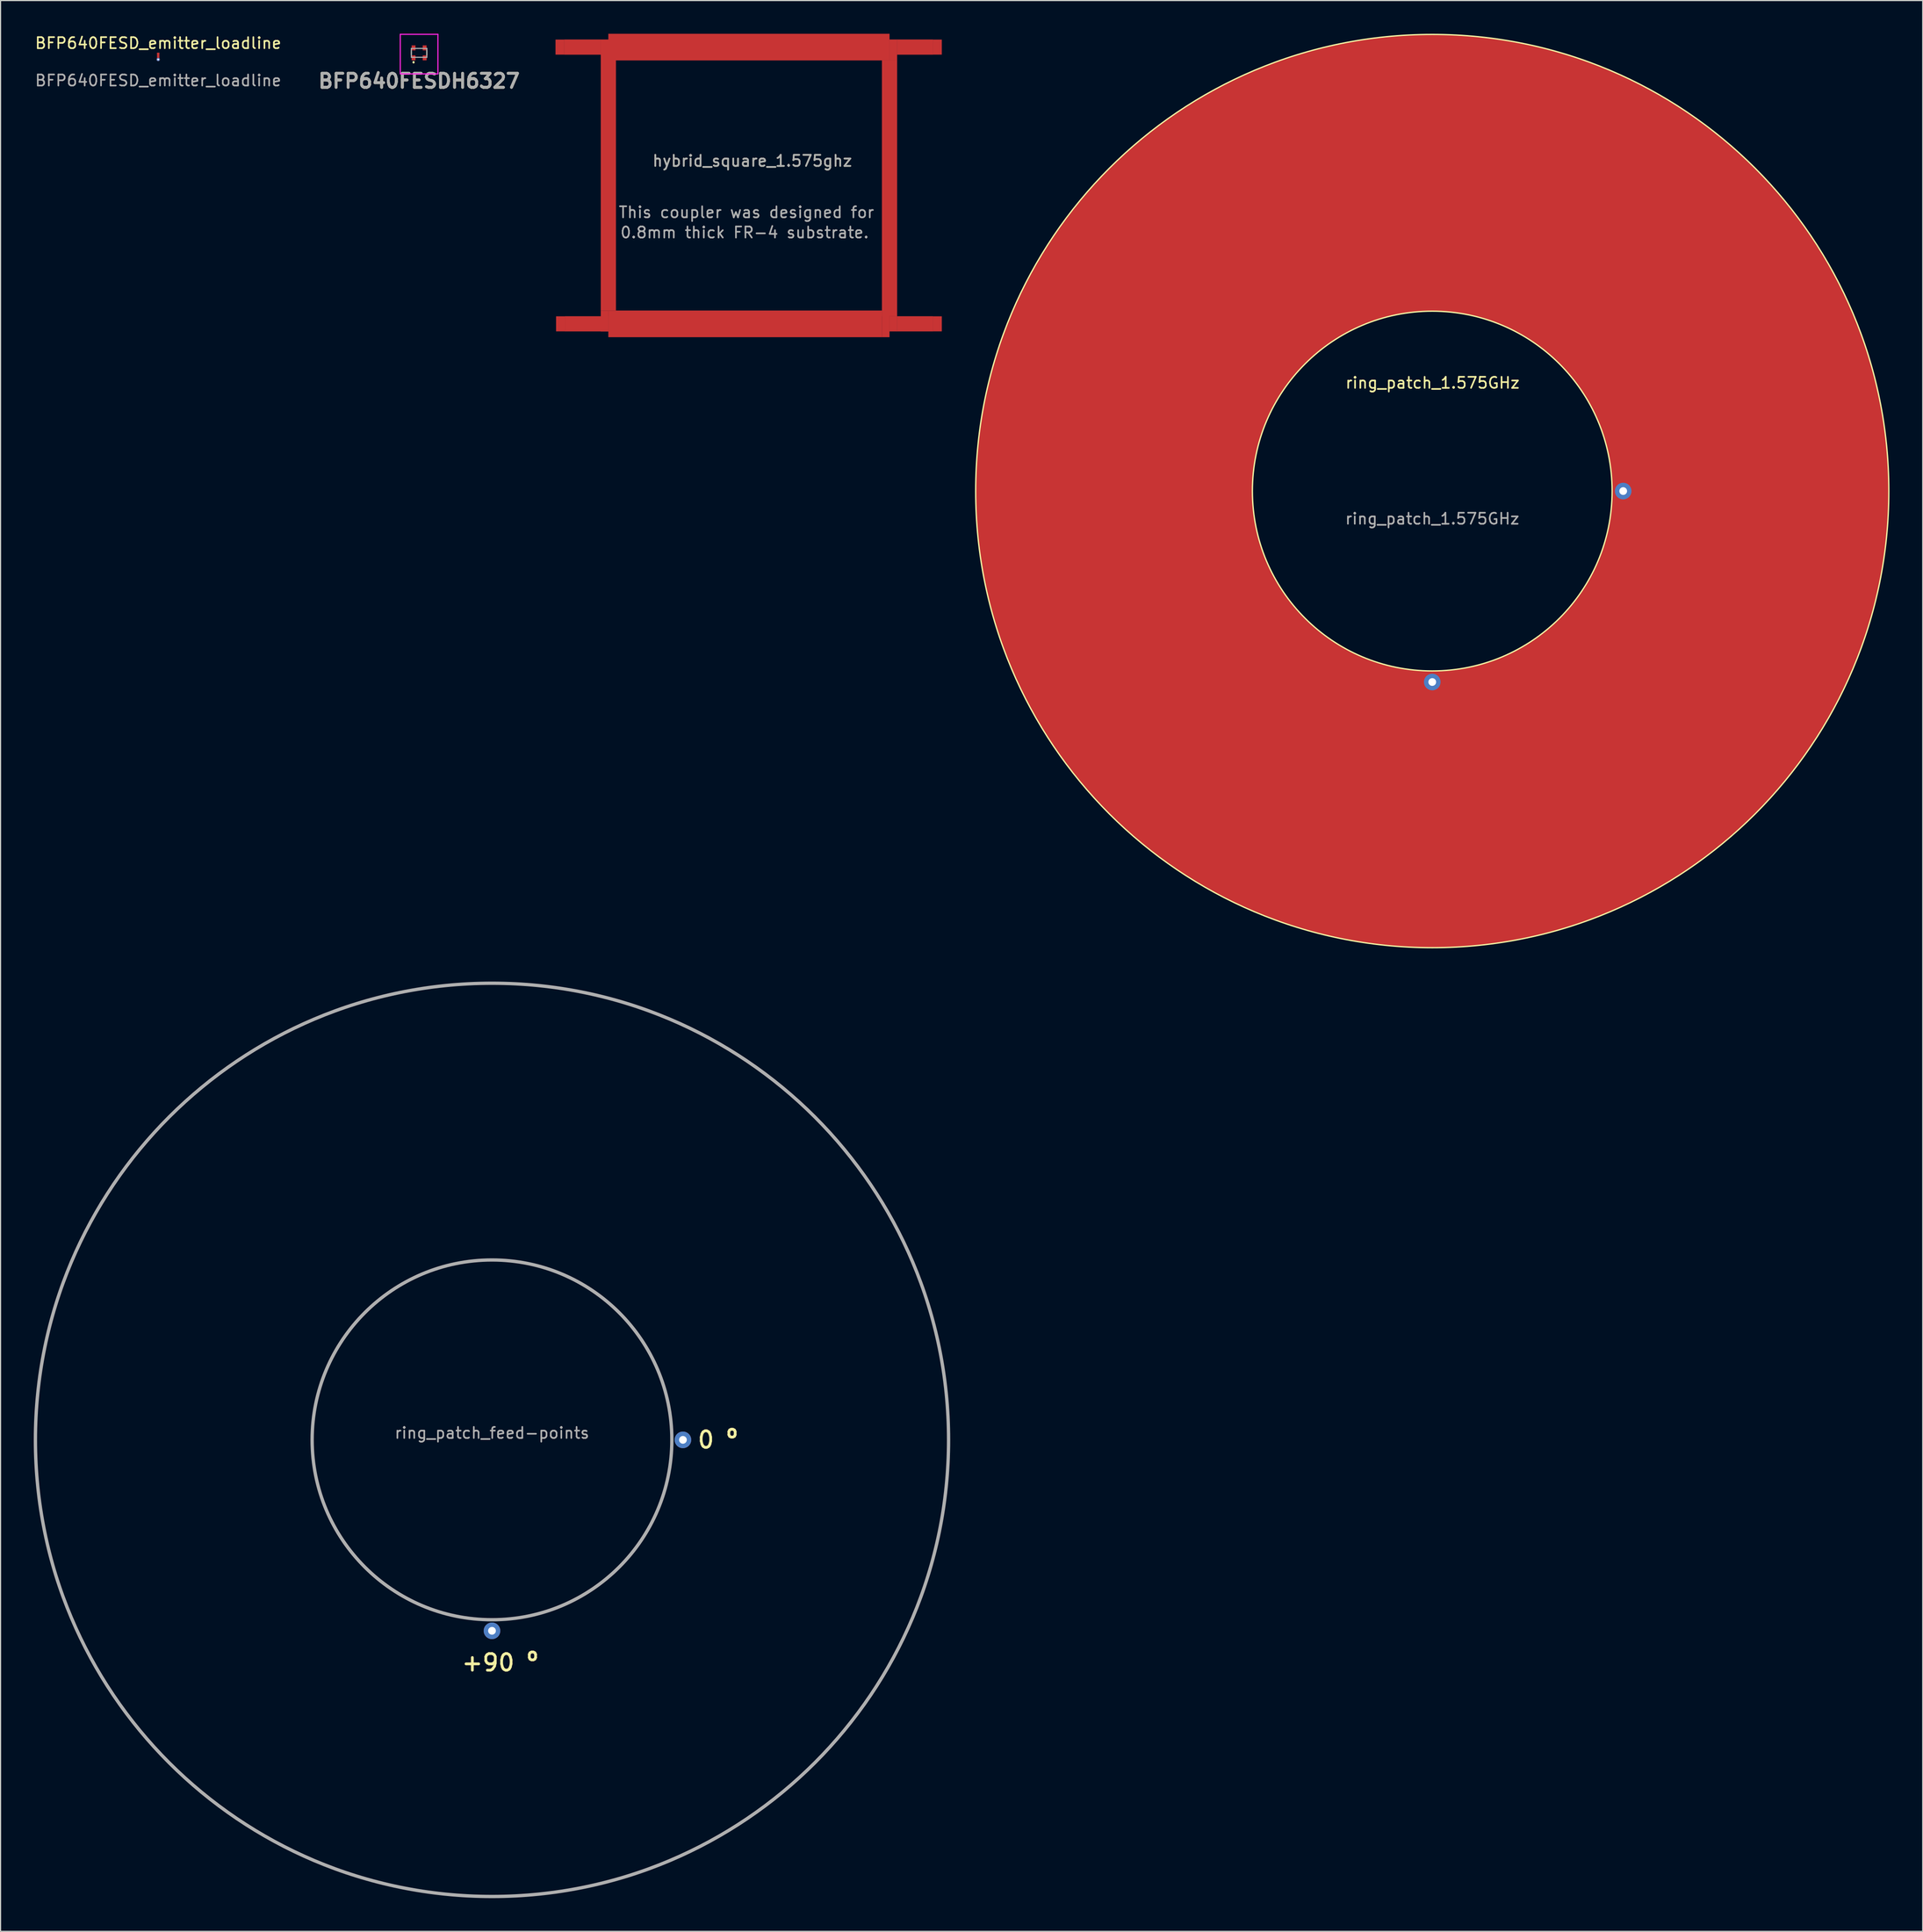
<source format=kicad_pcb>
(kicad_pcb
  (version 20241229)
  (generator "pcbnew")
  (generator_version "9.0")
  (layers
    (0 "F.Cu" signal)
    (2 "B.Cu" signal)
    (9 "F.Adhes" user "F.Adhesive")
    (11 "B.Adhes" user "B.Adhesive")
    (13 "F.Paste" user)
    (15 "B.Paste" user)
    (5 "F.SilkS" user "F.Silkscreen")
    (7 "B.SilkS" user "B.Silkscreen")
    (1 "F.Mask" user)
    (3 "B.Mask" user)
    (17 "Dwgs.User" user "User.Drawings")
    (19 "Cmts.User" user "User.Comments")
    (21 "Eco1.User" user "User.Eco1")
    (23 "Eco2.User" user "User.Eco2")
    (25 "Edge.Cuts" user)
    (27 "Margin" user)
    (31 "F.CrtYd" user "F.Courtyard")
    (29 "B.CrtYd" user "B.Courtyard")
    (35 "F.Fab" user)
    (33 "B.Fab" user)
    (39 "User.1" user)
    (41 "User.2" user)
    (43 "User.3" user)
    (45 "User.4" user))
  (footprint "ring_patch_feed-points"
    (layer "F.Cu")
    (at 41.4 127.02)
    (property "Reference" "ring_patch_feed-points" (at 0 -0.625 0) (unlocked yes) (layer "F.Fab") (effects (font (size 1 1) (thickness 0.15))))
    (attr smd)
    (fp_circle (center 0 0) (end 16.25 0) (stroke (width 0.3) (type solid)) (fill no) (layer "F.Fab"))
    (fp_circle (center 0 0) (end 41.25 0) (stroke (width 0.3) (type solid)) (fill no) (layer "F.Fab"))
    (fp_text user "+90 º" (at 0.725 20.125 0) (unlocked yes) (layer "F.SilkS") (effects (font (size 1.5 1.5) (thickness 0.25))))
    (fp_text user "0 º" (at 20.4 0 0) (unlocked yes) (layer "F.SilkS") (effects (font (size 1.5 1.5) (thickness 0.25))))
    (pad "1" thru_hole circle (at 0 17.25) (size 1.5 1.5) (drill 0.7) (layers "*.Cu" "*.Mask"))
    (pad "2" thru_hole circle (at 17.25 0) (size 1.5 1.5) (drill 0.7) (layers "*.Cu" "*.Mask")))
  (footprint "BFP640FESDH6327"
    (layer "F.Cu")
    (at 34.814 1.725)
    (property "Reference" "BFP640FESDH6327" (at 0 2.54 0) (layer "F.SilkS") (effects (font (size 1.27 1.27) (thickness 0.254))))
    (attr smd)
    (fp_line (start -0.7 -0.2) (end -0.7 0) (stroke (width 0.1) (type solid)) (layer "F.SilkS"))
    (fp_line (start -0.7 0) (end -0.7 0.2) (stroke (width 0.1) (type solid)) (layer "F.SilkS"))
    (fp_line (start -0.5 0.8) (end -0.5 0.8) (stroke (width 0.1) (type solid)) (layer "F.SilkS"))
    (fp_line (start -0.5 0.9) (end -0.5 0.9) (stroke (width 0.1) (type solid)) (layer "F.SilkS"))
    (fp_line (start 0.7 -0.2) (end 0.7 0.2) (stroke (width 0.1) (type solid)) (layer "F.SilkS"))
    (fp_arc (start -0.5 0.8) (mid -0.45 0.85) (end -0.5 0.9) (stroke (width 0.1) (type solid)) (layer "F.SilkS"))
    (fp_arc (start -0.5 0.9) (mid -0.55 0.85) (end -0.5 0.8) (stroke (width 0.1) (type solid)) (layer "F.SilkS"))
    (fp_line (start -1.7 -1.675) (end 1.7 -1.675) (stroke (width 0.1) (type solid)) (layer "F.CrtYd"))
    (fp_line (start -1.7 1.9) (end -1.7 -1.675) (stroke (width 0.1) (type solid)) (layer "F.CrtYd"))
    (fp_line (start 1.7 -1.675) (end 1.7 1.9) (stroke (width 0.1) (type solid)) (layer "F.CrtYd"))
    (fp_line (start 1.7 1.9) (end -1.7 1.9) (stroke (width 0.1) (type solid)) (layer "F.CrtYd"))
    (fp_line (start -0.7 -0.4) (end 0.7 -0.4) (stroke (width 0.1) (type solid)) (layer "F.Fab"))
    (fp_line (start -0.7 0.4) (end -0.7 -0.4) (stroke (width 0.1) (type solid)) (layer "F.Fab"))
    (fp_line (start 0.7 -0.4) (end 0.7 0.4) (stroke (width 0.1) (type solid)) (layer "F.Fab"))
    (fp_line (start 0.7 0.4) (end -0.7 0.4) (stroke (width 0.1) (type solid)) (layer "F.Fab"))
    (fp_text user "${REFERENCE}" (at 0 2.54 0) (layer "F.Fab") (effects (font (size 1.27 1.27) (thickness 0.254))))
    (pad "1" smd rect (at -0.5 0.45) (size 0.35 0.45) (layers "F.Cu" "F.Mask" "F.Paste"))
    (pad "2" smd rect (at 0.5 0.45) (size 0.35 0.45) (layers "F.Cu" "F.Mask" "F.Paste"))
    (pad "3" smd rect (at 0.5 -0.45) (size 0.35 0.45) (layers "F.Cu" "F.Mask" "F.Paste"))
    (pad "4" smd rect (at -0.5 -0.45) (size 0.35 0.45) (layers "F.Cu" "F.Mask" "F.Paste")))
  (footprint "BFP640FESD_emitter_loadline"
    (layer "F.Cu")
    (at 11.244 1.723)
    (property "Reference" "BFP640FESD_emitter_loadline" (at 0 -0.875 0) (unlocked yes) (layer "F.SilkS") (effects (font (size 1 1) (thickness 0.15))))
    (attr smd)
    (fp_rect (start -0.1 0) (end 0.1 0.5) (stroke (width 0.01) (type solid)) (fill yes) (layer "F.Cu"))
    (fp_text user "${REFERENCE}" (at 0 2.5 0) (unlocked yes) (layer "F.Fab") (effects (font (size 1 1) (thickness 0.15))))
    (pad "1" smd rect (at 0 0.05) (size 0.2 0.1) (layers "F.Cu" "F.Mask" "F.Paste"))
    (pad "2" thru_hole circle (at 0 0.6) (size 0.3 0.3) (drill 0.15) (layers "*.Cu" "*.Mask")))
  (footprint "ring_patch_1.575GHz"
    (layer "F.Cu")
    (at 126.349 41.31)
    (property "Reference" "ring_patch_1.575GHz" (at 0.025 -9.775 0) (unlocked yes) (layer "F.SilkS") (effects (font (size 1 1) (thickness 0.15))))
    (attr smd)
    (fp_circle (center 0 0) (end 28.75 0) (stroke (width 25) (type solid)) (fill no) (layer "F.Cu"))
    (fp_circle (center 0 0) (end 16.25 0) (stroke (width 0.12) (type solid)) (fill no) (layer "F.SilkS"))
    (fp_circle (center 0 0) (end 41.25 0) (stroke (width 0.12) (type solid)) (fill no) (layer "F.SilkS"))
    (fp_text user "${REFERENCE}" (at 0 2.5 0) (unlocked yes) (layer "F.Fab") (effects (font (size 1 1) (thickness 0.15))))
    (pad "1" thru_hole circle (at 0 17.25) (size 1.5 1.5) (drill 0.7) (layers "*.Cu" "*.Mask"))
    (pad "2" thru_hole circle (at 17.25 0) (size 1.5 1.5) (drill 0.7) (layers "*.Cu" "*.Mask")))
  (footprint "hybrid_square_1.575ghz"
    (layer "F.Cu")
    (at 64.614 13.705)
    (property "Reference" "hybrid_square_1.575ghz" (at 0.3 -2.225 0) (unlocked yes) (layer "F.SilkS") (effects (font (size 1 1) (thickness 0.15))))
    (fp_rect (start -16.675 -13.18) (end -13.38 -11.82) (stroke (width 0.01) (type solid)) (fill yes) (layer "F.Cu"))
    (fp_rect (start -16.625 11.82) (end -12.7 13.18) (stroke (width 0.01) (type solid)) (fill yes) (layer "F.Cu"))
    (fp_rect (start -13.38 -13.18) (end -12.02 11.3) (stroke (width 0.01) (type solid)) (fill yes) (layer "F.Cu"))
    (fp_rect (start -13.38 11.3) (end -12.7 13.18) (stroke (width 0.01) (type solid)) (fill yes) (layer "F.Cu"))
    (fp_rect (start -12.7 -13.7) (end 12.7 -11.3) (stroke (width 0.01) (type solid)) (fill yes) (layer "F.Cu"))
    (fp_rect (start -12.7 13.7) (end 12.02 11.3) (stroke (width 0.01) (type solid)) (fill yes) (layer "F.Cu"))
    (fp_rect (start 12.7 13.18) (end 13.38 11.82) (stroke (width 0.01) (type solid)) (fill yes) (layer "F.Cu"))
    (fp_rect (start 12.7 13.7) (end 12.02 11.3) (stroke (width 0.01) (type solid)) (fill yes) (layer "F.Cu"))
    (fp_rect (start 13.38 -13.18) (end 16.625 -11.82) (stroke (width 0.01) (type solid)) (fill yes) (layer "F.Cu"))
    (fp_rect (start 13.38 -11.3) (end 12.7 -13.18) (stroke (width 0.01) (type solid)) (fill yes) (layer "F.Cu"))
    (fp_rect (start 13.38 11.82) (end 12.02 -11.3) (stroke (width 0.01) (type solid)) (fill yes) (layer "F.Cu"))
    (fp_rect (start 16.625 13.18) (end 13.38 11.82) (stroke (width 0.01) (type solid)) (fill yes) (layer "F.Cu"))
    (fp_text user "${REFERENCE}" (at 0.3 -2.225 0) (unlocked yes) (layer "F.Fab") (effects (font (size 1 1) (thickness 0.15))))
    (fp_text user "0.8mm thick FR-4 substrate." (at -11.7 4.25 0) (unlocked yes) (layer "F.Fab") (effects (font (size 1 1) (thickness 0.15)) (justify left)))
    (fp_text user "This coupler was designed for" (at -11.85 2.425 0) (unlocked yes) (layer "F.Fab") (effects (font (size 1 1) (thickness 0.15)) (justify left)))
    (pad "1" smd rect (at -17.075 -12.5) (size 0.8 1.36) (layers "F.Cu" "F.Mask" "F.Paste"))
    (pad "2" smd rect (at -17.025 12.5) (size 0.8 1.36) (layers "F.Cu" "F.Mask" "F.Paste"))
    (pad "3" smd rect (at 17.025 -12.5) (size 0.8 1.36) (layers "F.Cu" "F.Mask" "F.Paste"))
    (pad "4" smd rect (at 17.025 12.5) (size 0.8 1.36) (layers "F.Cu" "F.Mask" "F.Paste")))
  (gr_rect
    (start -3 -3)
    (end 170.659 171.42)
    (stroke (width 0.1) (type default))
    (fill no)
    (layer "Edge.Cuts")))
</source>
